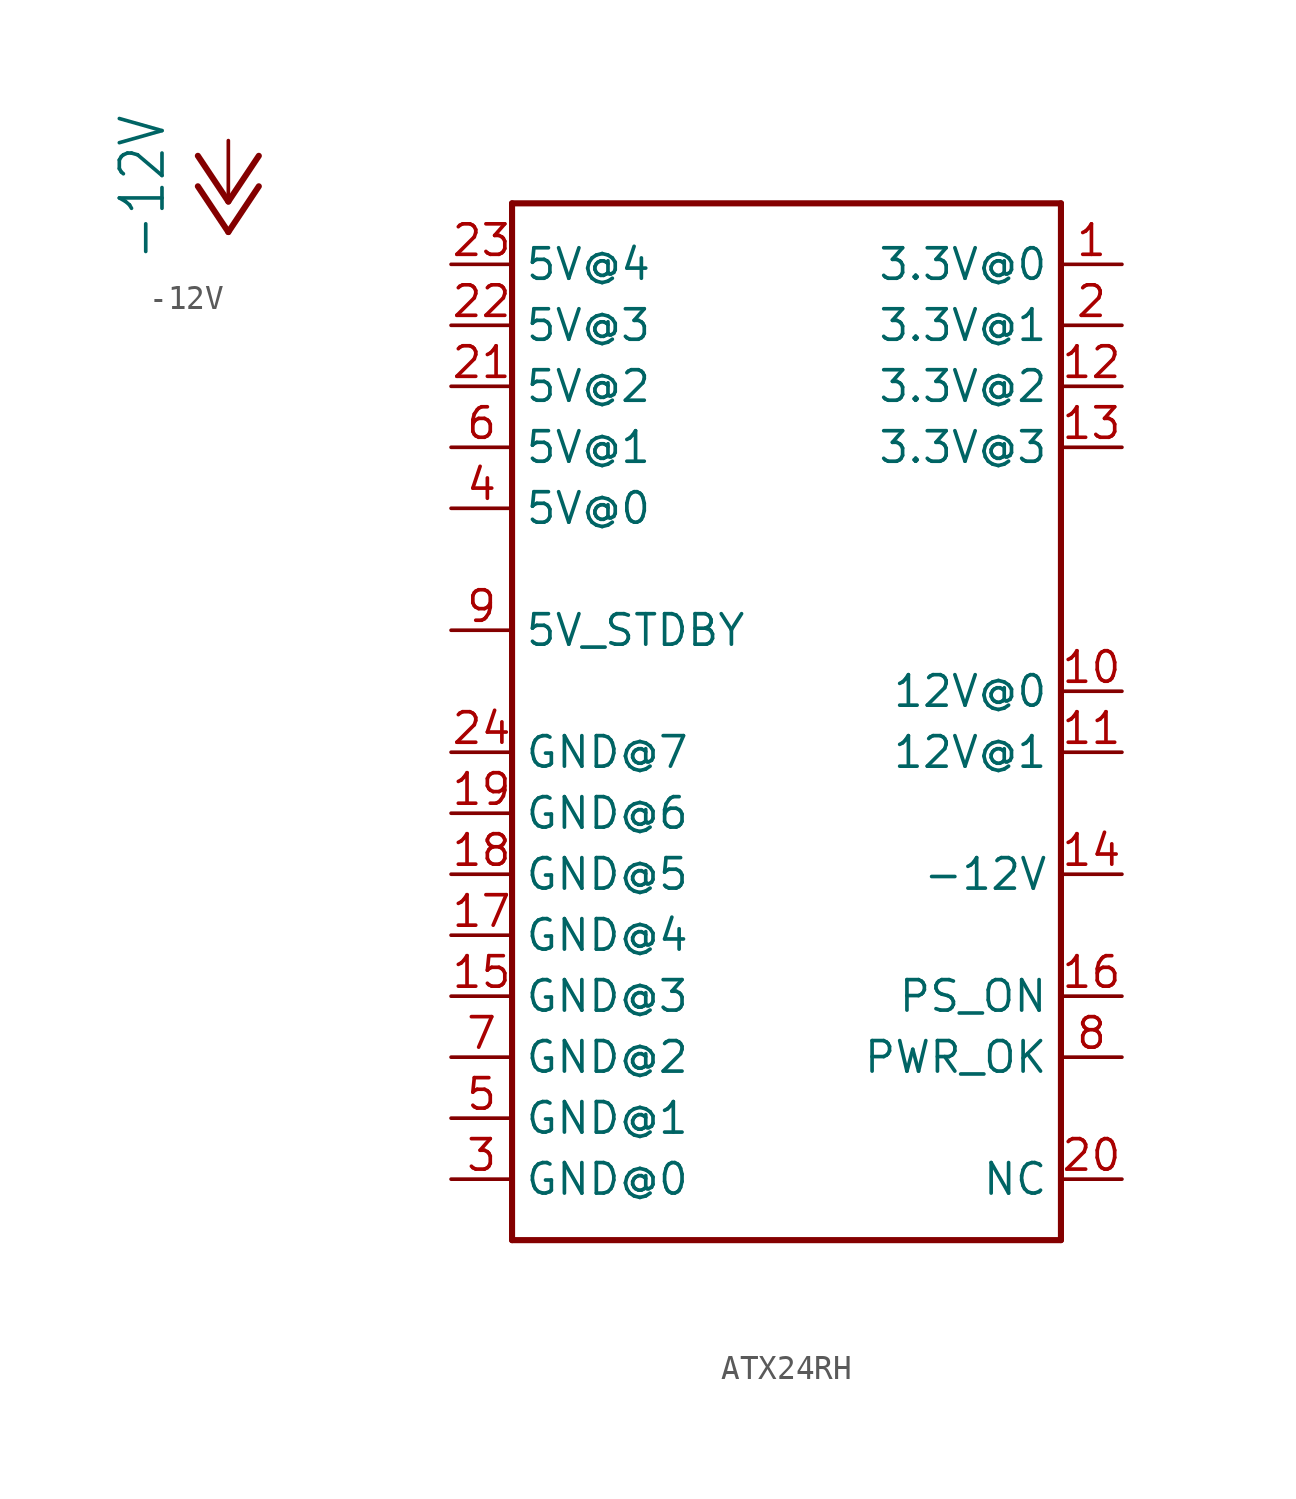
<source format=kicad_sym>
(kicad_symbol_lib
  (version 20220914)
  (generator kicad_symbol_editor)
  (symbol "-12V"
    (power)
    (property "Reference" "#P-"
      (at 0 0 0)
      (effects (font (size 1.27 1.27)) hide))
    (property "Value" "-12V"
      (at -2.54 -2.54 90)
      (effects (font (size 1.778 1.511)) (justify left bottom)))
    (property "ki_locked" ""
      (at 0 0 0)
      (effects (font (size 1.27 1.27))))
    (symbol "-12V_1_0"
      (polyline (pts (xy -1.27 0.635) (xy 0 -1.27)) (stroke (width 0.254) (type solid)) (fill (type none)))
      (polyline (pts (xy -1.27 1.905) (xy 0 0)) (stroke (width 0.254) (type solid)) (fill (type none)))
      (polyline (pts (xy 0 -1.27) (xy 1.27 0.635)) (stroke (width 0.254) (type solid)) (fill (type none)))
      (polyline (pts (xy 0 0) (xy 1.27 1.905)) (stroke (width 0.254) (type solid)) (fill (type none)))
      (pin power_in line (at 0 2.54 270) (length 2.54) (name "-12V" (effects (font (size 0 0)))) (number "1" (effects (font (size 0 0)))))))
  (symbol "ATX24RH"
    (property "Reference" "J"
      (at -12.7 20.32 0)
      (effects (font (size 1.27 1.079)) (justify left bottom) hide))
    (property "ki_locked" ""
      (at 0 0 0)
      (effects (font (size 1.27 1.27))))
    (symbol "ATX24RH_1_0"
      (polyline (pts (xy -12.7 -22.86) (xy -12.7 20.32)) (stroke (width 0.254) (type solid)) (fill (type none)))
      (polyline (pts (xy -12.7 20.32) (xy 10.16 20.32)) (stroke (width 0.254) (type solid)) (fill (type none)))
      (polyline (pts (xy 10.16 -22.86) (xy -12.7 -22.86)) (stroke (width 0.254) (type solid)) (fill (type none)))
      (polyline (pts (xy 10.16 20.32) (xy 10.16 -22.86)) (stroke (width 0.254) (type solid)) (fill (type none)))
      (pin bidirectional line (at 12.7 17.78 180) (length 2.54) (name "3.3V@0" (effects (font (size 1.27 1.27)))) (number "1" (effects (font (size 1.27 1.27)))))
      (pin bidirectional line (at 12.7 0 180) (length 2.54) (name "12V@0" (effects (font (size 1.27 1.27)))) (number "10" (effects (font (size 1.27 1.27)))))
      (pin bidirectional line (at 12.7 -2.54 180) (length 2.54) (name "12V@1" (effects (font (size 1.27 1.27)))) (number "11" (effects (font (size 1.27 1.27)))))
      (pin bidirectional line (at 12.7 12.7 180) (length 2.54) (name "3.3V@2" (effects (font (size 1.27 1.27)))) (number "12" (effects (font (size 1.27 1.27)))))
      (pin bidirectional line (at 12.7 10.16 180) (length 2.54) (name "3.3V@3" (effects (font (size 1.27 1.27)))) (number "13" (effects (font (size 1.27 1.27)))))
      (pin bidirectional line (at 12.7 -7.62 180) (length 2.54) (name "-12V" (effects (font (size 1.27 1.27)))) (number "14" (effects (font (size 1.27 1.27)))))
      (pin bidirectional line (at -15.24 -12.7 0) (length 2.54) (name "GND@3" (effects (font (size 1.27 1.27)))) (number "15" (effects (font (size 1.27 1.27)))))
      (pin bidirectional line (at 12.7 -12.7 180) (length 2.54) (name "PS_ON" (effects (font (size 1.27 1.27)))) (number "16" (effects (font (size 1.27 1.27)))))
      (pin bidirectional line (at -15.24 -10.16 0) (length 2.54) (name "GND@4" (effects (font (size 1.27 1.27)))) (number "17" (effects (font (size 1.27 1.27)))))
      (pin bidirectional line (at -15.24 -7.62 0) (length 2.54) (name "GND@5" (effects (font (size 1.27 1.27)))) (number "18" (effects (font (size 1.27 1.27)))))
      (pin bidirectional line (at -15.24 -5.08 0) (length 2.54) (name "GND@6" (effects (font (size 1.27 1.27)))) (number "19" (effects (font (size 1.27 1.27)))))
      (pin bidirectional line (at 12.7 15.24 180) (length 2.54) (name "3.3V@1" (effects (font (size 1.27 1.27)))) (number "2" (effects (font (size 1.27 1.27)))))
      (pin bidirectional line (at 12.7 -20.32 180) (length 2.54) (name "NC" (effects (font (size 1.27 1.27)))) (number "20" (effects (font (size 1.27 1.27)))))
      (pin bidirectional line (at -15.24 12.7 0) (length 2.54) (name "5V@2" (effects (font (size 1.27 1.27)))) (number "21" (effects (font (size 1.27 1.27)))))
      (pin bidirectional line (at -15.24 15.24 0) (length 2.54) (name "5V@3" (effects (font (size 1.27 1.27)))) (number "22" (effects (font (size 1.27 1.27)))))
      (pin bidirectional line (at -15.24 17.78 0) (length 2.54) (name "5V@4" (effects (font (size 1.27 1.27)))) (number "23" (effects (font (size 1.27 1.27)))))
      (pin bidirectional line (at -15.24 -2.54 0) (length 2.54) (name "GND@7" (effects (font (size 1.27 1.27)))) (number "24" (effects (font (size 1.27 1.27)))))
      (pin bidirectional line (at -15.24 -20.32 0) (length 2.54) (name "GND@0" (effects (font (size 1.27 1.27)))) (number "3" (effects (font (size 1.27 1.27)))))
      (pin bidirectional line (at -15.24 7.62 0) (length 2.54) (name "5V@0" (effects (font (size 1.27 1.27)))) (number "4" (effects (font (size 1.27 1.27)))))
      (pin bidirectional line (at -15.24 -17.78 0) (length 2.54) (name "GND@1" (effects (font (size 1.27 1.27)))) (number "5" (effects (font (size 1.27 1.27)))))
      (pin bidirectional line (at -15.24 10.16 0) (length 2.54) (name "5V@1" (effects (font (size 1.27 1.27)))) (number "6" (effects (font (size 1.27 1.27)))))
      (pin bidirectional line (at -15.24 -15.24 0) (length 2.54) (name "GND@2" (effects (font (size 1.27 1.27)))) (number "7" (effects (font (size 1.27 1.27)))))
      (pin bidirectional line (at 12.7 -15.24 180) (length 2.54) (name "PWR_OK" (effects (font (size 1.27 1.27)))) (number "8" (effects (font (size 1.27 1.27)))))
      (pin bidirectional line (at -15.24 2.54 0) (length 2.54) (name "5V_STDBY" (effects (font (size 1.27 1.27)))) (number "9" (effects (font (size 1.27 1.27))))))))
</source>
